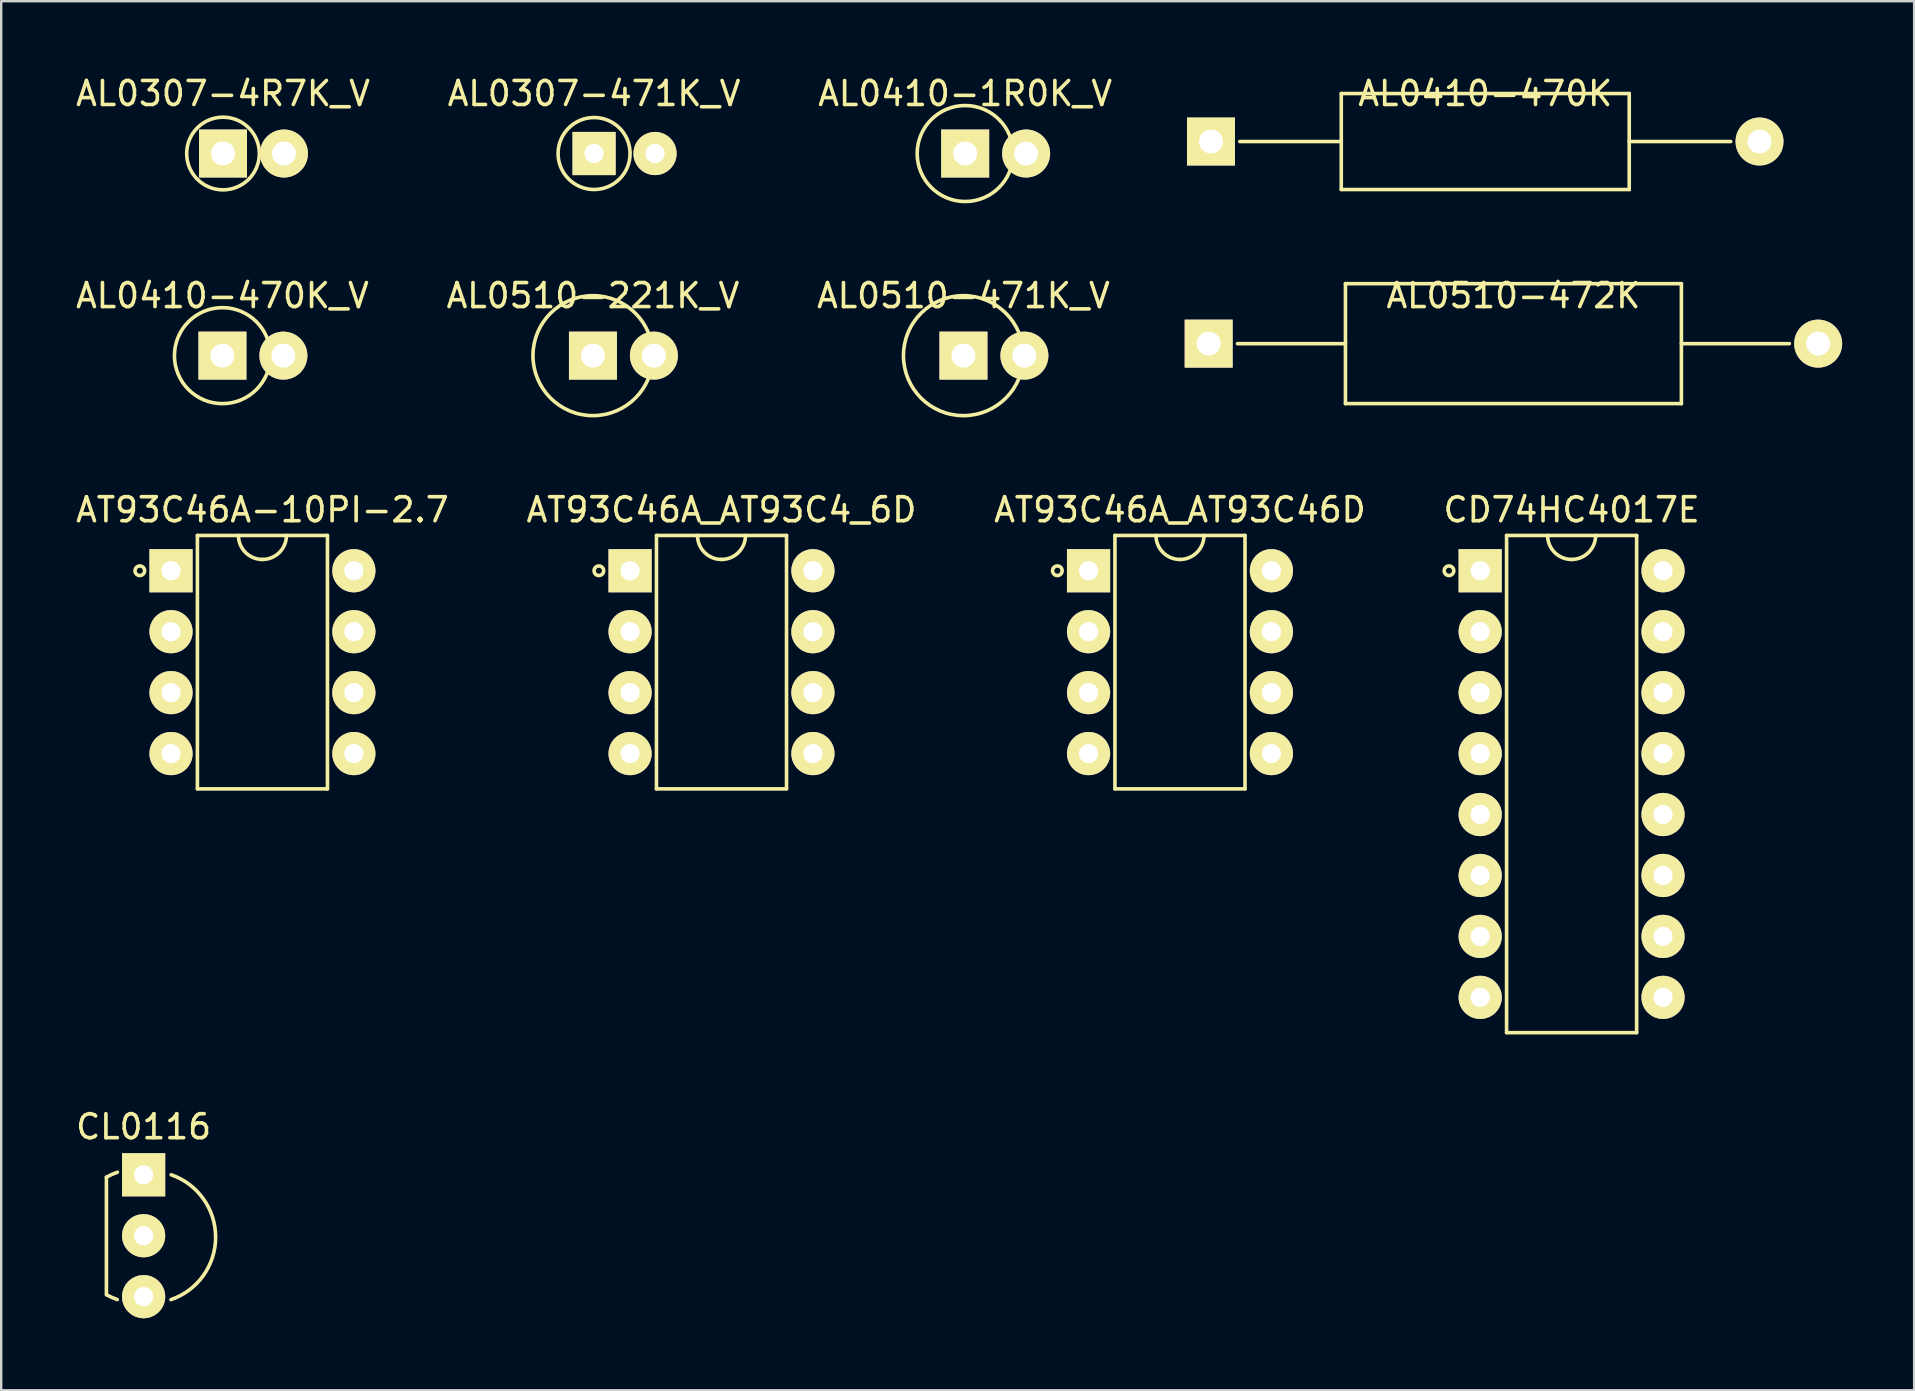
<source format=kicad_pcb>
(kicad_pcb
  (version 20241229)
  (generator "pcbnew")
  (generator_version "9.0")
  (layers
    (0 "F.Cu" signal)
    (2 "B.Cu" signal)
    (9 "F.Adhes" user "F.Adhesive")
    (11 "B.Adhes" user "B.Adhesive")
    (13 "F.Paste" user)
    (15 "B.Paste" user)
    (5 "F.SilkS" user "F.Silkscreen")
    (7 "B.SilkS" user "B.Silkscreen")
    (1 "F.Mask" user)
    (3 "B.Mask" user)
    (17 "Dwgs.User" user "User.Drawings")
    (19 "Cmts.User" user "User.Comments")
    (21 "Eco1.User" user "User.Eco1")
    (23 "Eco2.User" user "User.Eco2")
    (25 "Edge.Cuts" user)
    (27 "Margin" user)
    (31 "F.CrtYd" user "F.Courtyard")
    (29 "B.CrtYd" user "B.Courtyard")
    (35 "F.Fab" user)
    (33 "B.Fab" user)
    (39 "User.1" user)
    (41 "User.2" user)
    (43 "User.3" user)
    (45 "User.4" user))
  (footprint "CL0116"
    (layer "F.Cu")
    (at 2.935 45.908)
    (property "Reference" "CL0116" (at 0 -2 0) (layer "F.SilkS") (effects (font (size 1 1) (thickness 0.15))))
    (attr through_hole)
    (fp_line (start -1.55 5) (end -1.55 0.1) (stroke (width 0.15) (type solid)) (layer "F.SilkS"))
    (fp_arc (start -1.55 0.1) (mid -1.326783 -0.012505) (end -1.09461 -0.105127) (stroke (width 0.15) (type solid)) (layer "F.SilkS"))
    (fp_arc (start -1.1 5.2) (mid -1.32318 5.111666) (end -1.537812 5.004217) (stroke (width 0.15) (type solid)) (layer "F.SilkS"))
    (fp_arc (start 1.15 0) (mid 3.00136 2.60449) (end 1.14151 5.202923) (stroke (width 0.15) (type solid)) (layer "F.SilkS"))
    (pad "1" thru_hole rect (at 0 0) (size 1.8 1.8) (drill 0.8) (layers "*.Cu" "*.Mask" "F.SilkS"))
    (pad "2" thru_hole circle (at 0 2.54) (size 1.8 1.8) (drill 0.8) (layers "*.Cu" "*.Mask" "F.SilkS"))
    (pad "3" thru_hole circle (at 0 5.08) (size 1.8 1.8) (drill 0.8) (layers "*.Cu" "*.Mask" "F.SilkS")))
  (footprint "AL0510-471K_V"
    (layer "F.Cu")
    (at 37.101 11.771)
    (property "Reference" "AL0510-471K_V" (at 0 -2.5 0) (layer "F.SilkS") (effects (font (size 1 1) (thickness 0.15))))
    (attr through_hole)
    (fp_circle (center 0 0) (end 0 -2.5) (stroke (width 0.15) (type solid)) (fill no) (layer "F.SilkS"))
    (pad "1" thru_hole rect (at 0 0) (size 2 2) (drill 1) (layers "*.Cu" "*.Mask" "F.SilkS"))
    (pad "2" thru_hole circle (at 2.54 0) (size 2 2) (drill 1) (layers "*.Cu" "*.Mask" "F.SilkS")))
  (footprint "AT93C46A-10PI-2.7"
    (layer "F.Cu")
    (at 4.077 20.735)
    (property "Reference" "AT93C46A-10PI-2.7" (at 3.81 -2.54 0) (layer "F.SilkS") (effects (font (size 1 1) (thickness 0.15))))
    (attr through_hole)
    (fp_line (start 1.1 -1.47) (end 6.52 -1.47) (stroke (width 0.15) (type solid)) (layer "F.SilkS"))
    (fp_line (start 1.1 9.09) (end 1.1 -1.47) (stroke (width 0.15) (type solid)) (layer "F.SilkS"))
    (fp_line (start 6.52 -1.47) (end 6.52 9.09) (stroke (width 0.15) (type solid)) (layer "F.SilkS"))
    (fp_line (start 6.52 9.09) (end 1.1 9.09) (stroke (width 0.15) (type solid)) (layer "F.SilkS"))
    (fp_arc (start 3.81 -0.47) (mid 3.102893 -0.762893) (end 2.81 -1.47) (stroke (width 0.15) (type solid)) (layer "F.SilkS"))
    (fp_arc (start 4.81 -1.47) (mid 4.517107 -0.762893) (end 3.81 -0.47) (stroke (width 0.15) (type solid)) (layer "F.SilkS"))
    (fp_circle (center -1.3 0) (end -1.3 0.2) (stroke (width 0.15) (type solid)) (fill no) (layer "F.SilkS"))
    (pad "1" thru_hole rect (at 0 0) (size 1.8 1.8) (drill 0.8) (layers "*.Cu" "*.Mask" "F.SilkS"))
    (pad "2" thru_hole circle (at 0 2.54) (size 1.8 1.8) (drill 0.8) (layers "*.Cu" "*.Mask" "F.SilkS"))
    (pad "3" thru_hole circle (at 0 5.08) (size 1.8 1.8) (drill 0.8) (layers "*.Cu" "*.Mask" "F.SilkS"))
    (pad "4" thru_hole circle (at 0 7.62) (size 1.8 1.8) (drill 0.8) (layers "*.Cu" "*.Mask" "F.SilkS"))
    (pad "5" thru_hole circle (at 7.62 7.62) (size 1.8 1.8) (drill 0.8) (layers "*.Cu" "*.Mask" "F.SilkS"))
    (pad "6" thru_hole circle (at 7.62 5.08) (size 1.8 1.8) (drill 0.8) (layers "*.Cu" "*.Mask" "F.SilkS"))
    (pad "7" thru_hole circle (at 7.62 2.54) (size 1.8 1.8) (drill 0.8) (layers "*.Cu" "*.Mask" "F.SilkS"))
    (pad "8" thru_hole circle (at 7.62 0) (size 1.8 1.8) (drill 0.8) (layers "*.Cu" "*.Mask" "F.SilkS")))
  (footprint "AT93C46A_AT93C4_6D"
    (layer "F.Cu")
    (at 23.208 20.735)
    (property "Reference" "AT93C46A_AT93C4_6D" (at 3.81 -2.54 0) (layer "F.SilkS") (effects (font (size 1 1) (thickness 0.15))))
    (attr through_hole)
    (fp_line (start 1.1 -1.47) (end 6.52 -1.47) (stroke (width 0.15) (type solid)) (layer "F.SilkS"))
    (fp_line (start 1.1 9.09) (end 1.1 -1.47) (stroke (width 0.15) (type solid)) (layer "F.SilkS"))
    (fp_line (start 6.52 -1.47) (end 6.52 9.09) (stroke (width 0.15) (type solid)) (layer "F.SilkS"))
    (fp_line (start 6.52 9.09) (end 1.1 9.09) (stroke (width 0.15) (type solid)) (layer "F.SilkS"))
    (fp_arc (start 3.81 -0.47) (mid 3.102893 -0.762893) (end 2.81 -1.47) (stroke (width 0.15) (type solid)) (layer "F.SilkS"))
    (fp_arc (start 4.81 -1.47) (mid 4.517107 -0.762893) (end 3.81 -0.47) (stroke (width 0.15) (type solid)) (layer "F.SilkS"))
    (fp_circle (center -1.3 0) (end -1.3 0.2) (stroke (width 0.15) (type solid)) (fill no) (layer "F.SilkS"))
    (pad "1" thru_hole rect (at 0 0) (size 1.8 1.8) (drill 0.8) (layers "*.Cu" "*.Mask" "F.SilkS"))
    (pad "2" thru_hole circle (at 0 2.54) (size 1.8 1.8) (drill 0.8) (layers "*.Cu" "*.Mask" "F.SilkS"))
    (pad "3" thru_hole circle (at 0 5.08) (size 1.8 1.8) (drill 0.8) (layers "*.Cu" "*.Mask" "F.SilkS"))
    (pad "4" thru_hole circle (at 0 7.62) (size 1.8 1.8) (drill 0.8) (layers "*.Cu" "*.Mask" "F.SilkS"))
    (pad "5" thru_hole circle (at 7.62 7.62) (size 1.8 1.8) (drill 0.8) (layers "*.Cu" "*.Mask" "F.SilkS"))
    (pad "6" thru_hole circle (at 7.62 5.08) (size 1.8 1.8) (drill 0.8) (layers "*.Cu" "*.Mask" "F.SilkS"))
    (pad "7" thru_hole circle (at 7.62 2.54) (size 1.8 1.8) (drill 0.8) (layers "*.Cu" "*.Mask" "F.SilkS"))
    (pad "8" thru_hole circle (at 7.62 0) (size 1.8 1.8) (drill 0.8) (layers "*.Cu" "*.Mask" "F.SilkS")))
  (footprint "CD74HC4017E"
    (layer "F.Cu")
    (at 58.636 20.735)
    (property "Reference" "CD74HC4017E" (at 3.81 -2.54 0) (layer "F.SilkS") (effects (font (size 1 1) (thickness 0.15))))
    (attr through_hole)
    (fp_line (start 1.1 -1.47) (end 6.52 -1.47) (stroke (width 0.15) (type solid)) (layer "F.SilkS"))
    (fp_line (start 1.1 19.25) (end 1.1 -1.47) (stroke (width 0.15) (type solid)) (layer "F.SilkS"))
    (fp_line (start 6.52 -1.47) (end 6.52 19.25) (stroke (width 0.15) (type solid)) (layer "F.SilkS"))
    (fp_line (start 6.52 19.25) (end 1.1 19.25) (stroke (width 0.15) (type solid)) (layer "F.SilkS"))
    (fp_arc (start 3.81 -0.47) (mid 3.102893 -0.762893) (end 2.81 -1.47) (stroke (width 0.15) (type solid)) (layer "F.SilkS"))
    (fp_arc (start 4.81 -1.47) (mid 4.517107 -0.762893) (end 3.81 -0.47) (stroke (width 0.15) (type solid)) (layer "F.SilkS"))
    (fp_circle (center -1.3 0) (end -1.3 0.2) (stroke (width 0.15) (type solid)) (fill no) (layer "F.SilkS"))
    (pad "1" thru_hole rect (at 0 0) (size 1.8 1.8) (drill 0.8) (layers "*.Cu" "*.Mask" "F.SilkS"))
    (pad "2" thru_hole circle (at 0 2.54) (size 1.8 1.8) (drill 0.8) (layers "*.Cu" "*.Mask" "F.SilkS"))
    (pad "3" thru_hole circle (at 0 5.08) (size 1.8 1.8) (drill 0.8) (layers "*.Cu" "*.Mask" "F.SilkS"))
    (pad "4" thru_hole circle (at 0 7.62) (size 1.8 1.8) (drill 0.8) (layers "*.Cu" "*.Mask" "F.SilkS"))
    (pad "5" thru_hole circle (at 0 10.16) (size 1.8 1.8) (drill 0.8) (layers "*.Cu" "*.Mask" "F.SilkS"))
    (pad "6" thru_hole circle (at 0 12.7) (size 1.8 1.8) (drill 0.8) (layers "*.Cu" "*.Mask" "F.SilkS"))
    (pad "7" thru_hole circle (at 0 15.24) (size 1.8 1.8) (drill 0.8) (layers "*.Cu" "*.Mask" "F.SilkS"))
    (pad "8" thru_hole circle (at 0 17.78) (size 1.8 1.8) (drill 0.8) (layers "*.Cu" "*.Mask" "F.SilkS"))
    (pad "9" thru_hole circle (at 7.62 17.78) (size 1.8 1.8) (drill 0.8) (layers "*.Cu" "*.Mask" "F.SilkS"))
    (pad "10" thru_hole circle (at 7.62 15.24) (size 1.8 1.8) (drill 0.8) (layers "*.Cu" "*.Mask" "F.SilkS"))
    (pad "11" thru_hole circle (at 7.62 12.7) (size 1.8 1.8) (drill 0.8) (layers "*.Cu" "*.Mask" "F.SilkS"))
    (pad "12" thru_hole circle (at 7.62 10.16) (size 1.8 1.8) (drill 0.8) (layers "*.Cu" "*.Mask" "F.SilkS"))
    (pad "13" thru_hole circle (at 7.62 7.62) (size 1.8 1.8) (drill 0.8) (layers "*.Cu" "*.Mask" "F.SilkS"))
    (pad "14" thru_hole circle (at 7.62 5.08) (size 1.8 1.8) (drill 0.8) (layers "*.Cu" "*.Mask" "F.SilkS"))
    (pad "15" thru_hole circle (at 7.62 2.54) (size 1.8 1.8) (drill 0.8) (layers "*.Cu" "*.Mask" "F.SilkS"))
    (pad "16" thru_hole circle (at 7.62 0) (size 1.8 1.8) (drill 0.8) (layers "*.Cu" "*.Mask" "F.SilkS")))
  (footprint "AL0410-1R0K_V"
    (layer "F.Cu")
    (at 37.173 3.348)
    (property "Reference" "AL0410-1R0K_V" (at 0 -2.5 0) (layer "F.SilkS") (effects (font (size 1 1) (thickness 0.15))))
    (attr through_hole)
    (fp_circle (center 0 0) (end 0 -2) (stroke (width 0.15) (type solid)) (fill no) (layer "F.SilkS"))
    (pad "1" thru_hole rect (at 0 0) (size 2 2) (drill 1) (layers "*.Cu" "*.Mask" "F.SilkS"))
    (pad "2" thru_hole circle (at 2.54 0) (size 2 2) (drill 1) (layers "*.Cu" "*.Mask" "F.SilkS")))
  (footprint "AL0510-221K_V"
    (layer "F.Cu")
    (at 21.661 11.771)
    (property "Reference" "AL0510-221K_V" (at 0 -2.5 0) (layer "F.SilkS") (effects (font (size 1 1) (thickness 0.15))))
    (attr through_hole)
    (fp_circle (center 0 0) (end 0 -2.5) (stroke (width 0.15) (type solid)) (fill no) (layer "F.SilkS"))
    (pad "1" thru_hole rect (at 0 0) (size 2 2) (drill 1) (layers "*.Cu" "*.Mask" "F.SilkS"))
    (pad "2" thru_hole circle (at 2.54 0) (size 2 2) (drill 1) (layers "*.Cu" "*.Mask" "F.SilkS")))
  (footprint "AL0410-470K_V"
    (layer "F.Cu")
    (at 6.22 11.771)
    (property "Reference" "AL0410-470K_V" (at 0 -2.5 0) (layer "F.SilkS") (effects (font (size 1 1) (thickness 0.15))))
    (attr through_hole)
    (fp_circle (center 0 0) (end 0 -2) (stroke (width 0.15) (type solid)) (fill no) (layer "F.SilkS"))
    (pad "1" thru_hole rect (at 0 0) (size 2 2) (drill 1) (layers "*.Cu" "*.Mask" "F.SilkS"))
    (pad "2" thru_hole circle (at 2.54 0) (size 2 2) (drill 1) (layers "*.Cu" "*.Mask" "F.SilkS")))
  (footprint "AL0307-471K_V"
    (layer "F.Cu")
    (at 21.708 3.348)
    (property "Reference" "AL0307-471K_V" (at 0 -2.5 0) (layer "F.SilkS") (effects (font (size 1 1) (thickness 0.15))))
    (attr through_hole)
    (fp_circle (center 0 0) (end 0 -1.5) (stroke (width 0.15) (type solid)) (fill no) (layer "F.SilkS"))
    (pad "1" thru_hole rect (at 0 0) (size 1.8 1.8) (drill 0.8) (layers "*.Cu" "*.Mask" "F.SilkS"))
    (pad "2" thru_hole circle (at 2.54 0) (size 1.8 1.8) (drill 0.8) (layers "*.Cu" "*.Mask" "F.SilkS")))
  (footprint "AL0510-472K"
    (layer "F.Cu")
    (at 47.321 11.271)
    (property "Reference" "AL0510-472K" (at 12.7 -2 0) (layer "F.SilkS") (effects (font (size 1 1) (thickness 0.15))))
    (attr through_hole)
    (fp_line (start 1.2 0) (end 5.7 0) (stroke (width 0.15) (type solid)) (layer "F.SilkS"))
    (fp_line (start 5.7 -2.5) (end 5.7 2.5) (stroke (width 0.15) (type solid)) (layer "F.SilkS"))
    (fp_line (start 5.7 -2.5) (end 19.7 -2.5) (stroke (width 0.15) (type solid)) (layer "F.SilkS"))
    (fp_line (start 5.7 2.5) (end 19.7 2.5) (stroke (width 0.15) (type solid)) (layer "F.SilkS"))
    (fp_line (start 19.7 0) (end 24.2 0) (stroke (width 0.15) (type solid)) (layer "F.SilkS"))
    (fp_line (start 19.7 2.5) (end 19.7 -2.5) (stroke (width 0.15) (type solid)) (layer "F.SilkS"))
    (pad "1" thru_hole rect (at 0 0) (size 2 2) (drill 1) (layers "*.Cu" "*.Mask" "F.SilkS"))
    (pad "2" thru_hole circle (at 25.4 0) (size 2 2) (drill 1) (layers "*.Cu" "*.Mask" "F.SilkS")))
  (footprint "AT93C46A_AT93C46D"
    (layer "F.Cu")
    (at 42.315 20.735)
    (property "Reference" "AT93C46A_AT93C46D" (at 3.81 -2.54 0) (layer "F.SilkS") (effects (font (size 1 1) (thickness 0.15))))
    (attr through_hole)
    (fp_line (start 1.1 -1.47) (end 6.52 -1.47) (stroke (width 0.15) (type solid)) (layer "F.SilkS"))
    (fp_line (start 1.1 9.09) (end 1.1 -1.47) (stroke (width 0.15) (type solid)) (layer "F.SilkS"))
    (fp_line (start 6.52 -1.47) (end 6.52 9.09) (stroke (width 0.15) (type solid)) (layer "F.SilkS"))
    (fp_line (start 6.52 9.09) (end 1.1 9.09) (stroke (width 0.15) (type solid)) (layer "F.SilkS"))
    (fp_arc (start 3.81 -0.47) (mid 3.102893 -0.762893) (end 2.81 -1.47) (stroke (width 0.15) (type solid)) (layer "F.SilkS"))
    (fp_arc (start 4.81 -1.47) (mid 4.517107 -0.762893) (end 3.81 -0.47) (stroke (width 0.15) (type solid)) (layer "F.SilkS"))
    (fp_circle (center -1.3 0) (end -1.3 0.2) (stroke (width 0.15) (type solid)) (fill no) (layer "F.SilkS"))
    (pad "1" thru_hole rect (at 0 0) (size 1.8 1.8) (drill 0.8) (layers "*.Cu" "*.Mask" "F.SilkS"))
    (pad "2" thru_hole circle (at 0 2.54) (size 1.8 1.8) (drill 0.8) (layers "*.Cu" "*.Mask" "F.SilkS"))
    (pad "3" thru_hole circle (at 0 5.08) (size 1.8 1.8) (drill 0.8) (layers "*.Cu" "*.Mask" "F.SilkS"))
    (pad "4" thru_hole circle (at 0 7.62) (size 1.8 1.8) (drill 0.8) (layers "*.Cu" "*.Mask" "F.SilkS"))
    (pad "5" thru_hole circle (at 7.62 7.62) (size 1.8 1.8) (drill 0.8) (layers "*.Cu" "*.Mask" "F.SilkS"))
    (pad "6" thru_hole circle (at 7.62 5.08) (size 1.8 1.8) (drill 0.8) (layers "*.Cu" "*.Mask" "F.SilkS"))
    (pad "7" thru_hole circle (at 7.62 2.54) (size 1.8 1.8) (drill 0.8) (layers "*.Cu" "*.Mask" "F.SilkS"))
    (pad "8" thru_hole circle (at 7.62 0) (size 1.8 1.8) (drill 0.8) (layers "*.Cu" "*.Mask" "F.SilkS")))
  (footprint "AL0307-4R7K_V"
    (layer "F.Cu")
    (at 6.244 3.348)
    (property "Reference" "AL0307-4R7K_V" (at 0 -2.5 0) (layer "F.SilkS") (effects (font (size 1 1) (thickness 0.15))))
    (attr through_hole)
    (fp_circle (center 0 0) (end 0 -1.514) (stroke (width 0.15) (type solid)) (fill no) (layer "F.SilkS"))
    (pad "1" thru_hole rect (at 0 0) (size 2 2) (drill 1) (layers "*.Cu" "*.Mask" "F.SilkS"))
    (pad "2" thru_hole circle (at 2.54 0) (size 2 2) (drill 1) (layers "*.Cu" "*.Mask" "F.SilkS")))
  (footprint "AL0410-470K"
    (layer "F.Cu")
    (at 47.417 2.848)
    (property "Reference" "AL0410-470K" (at 11.43 -2 0) (layer "F.SilkS") (effects (font (size 1 1) (thickness 0.15))))
    (attr through_hole)
    (fp_line (start 1.2 0) (end 5.43 0) (stroke (width 0.15) (type solid)) (layer "F.SilkS"))
    (fp_line (start 5.43 -2) (end 5.43 2) (stroke (width 0.15) (type solid)) (layer "F.SilkS"))
    (fp_line (start 5.43 -2) (end 17.43 -2) (stroke (width 0.15) (type solid)) (layer "F.SilkS"))
    (fp_line (start 5.43 2) (end 17.43 2) (stroke (width 0.15) (type solid)) (layer "F.SilkS"))
    (fp_line (start 17.43 0) (end 21.66 0) (stroke (width 0.15) (type solid)) (layer "F.SilkS"))
    (fp_line (start 17.43 2) (end 17.43 -2) (stroke (width 0.15) (type solid)) (layer "F.SilkS"))
    (pad "1" thru_hole rect (at 0 0) (size 2 2) (drill 1) (layers "*.Cu" "*.Mask" "F.SilkS"))
    (pad "2" thru_hole circle (at 22.86 0) (size 2 2) (drill 1) (layers "*.Cu" "*.Mask" "F.SilkS")))
  (gr_rect
    (start -3 -3)
    (end 76.721 54.888)
    (stroke (width 0.1) (type default))
    (fill no)
    (layer "Edge.Cuts")))
</source>
